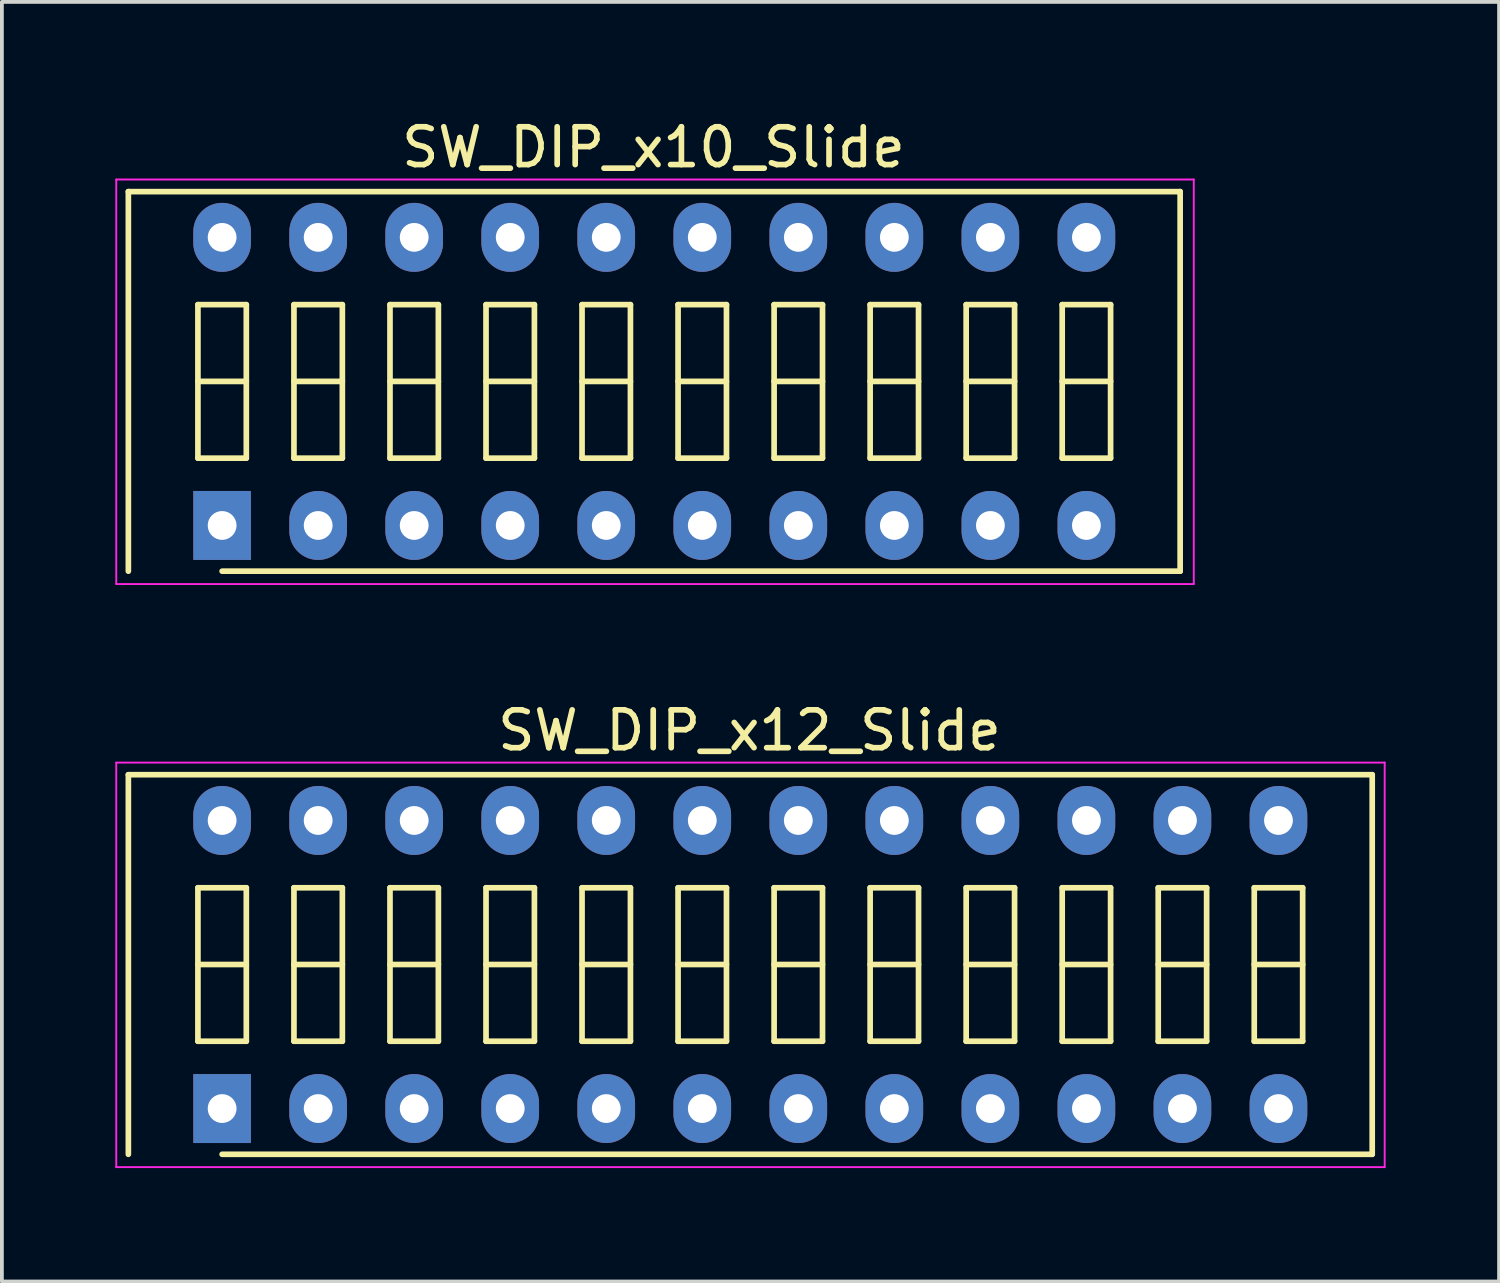
<source format=kicad_pcb>
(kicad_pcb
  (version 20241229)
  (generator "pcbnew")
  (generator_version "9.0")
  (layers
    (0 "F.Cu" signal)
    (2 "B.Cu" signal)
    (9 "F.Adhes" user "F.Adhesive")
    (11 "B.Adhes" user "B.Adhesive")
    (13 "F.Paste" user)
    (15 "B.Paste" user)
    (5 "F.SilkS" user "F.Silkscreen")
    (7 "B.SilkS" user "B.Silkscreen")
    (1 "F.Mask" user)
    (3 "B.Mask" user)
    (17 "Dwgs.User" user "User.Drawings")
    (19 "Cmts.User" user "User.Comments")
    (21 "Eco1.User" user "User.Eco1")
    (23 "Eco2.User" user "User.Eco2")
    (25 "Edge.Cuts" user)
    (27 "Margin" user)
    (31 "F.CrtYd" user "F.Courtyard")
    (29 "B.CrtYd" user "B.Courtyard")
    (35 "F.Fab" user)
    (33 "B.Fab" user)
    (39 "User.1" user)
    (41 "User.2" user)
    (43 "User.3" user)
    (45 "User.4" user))
  (footprint "SW_DIP_x12_Slide"
    (layer "F.Cu")
    (at 2.825 26.271)
    (property "Reference" "SW_DIP_x12_Slide" (at 13.95 -10 0) (layer "F.SilkS") (effects (font (size 1 1) (thickness 0.15))))
    (attr through_hole)
    (fp_line (start -2.48 -8.83) (end 30.42 -8.83) (stroke (width 0.15) (type solid)) (layer "F.SilkS"))
    (fp_line (start -2.48 1.21) (end -2.48 -8.83) (stroke (width 0.15) (type solid)) (layer "F.SilkS"))
    (fp_line (start -0.64 -5.84) (end -0.64 -1.78) (stroke (width 0.15) (type solid)) (layer "F.SilkS"))
    (fp_line (start -0.64 -3.81) (end 0.64 -3.81) (stroke (width 0.15) (type solid)) (layer "F.SilkS"))
    (fp_line (start -0.64 -1.78) (end 0.64 -1.78) (stroke (width 0.15) (type solid)) (layer "F.SilkS"))
    (fp_line (start 0.64 -5.84) (end -0.64 -5.84) (stroke (width 0.15) (type solid)) (layer "F.SilkS"))
    (fp_line (start 0.64 -1.78) (end 0.64 -5.84) (stroke (width 0.15) (type solid)) (layer "F.SilkS"))
    (fp_line (start 1.9 -5.84) (end 1.9 -1.78) (stroke (width 0.15) (type solid)) (layer "F.SilkS"))
    (fp_line (start 1.9 -3.81) (end 3.18 -3.81) (stroke (width 0.15) (type solid)) (layer "F.SilkS"))
    (fp_line (start 1.9 -1.78) (end 3.18 -1.78) (stroke (width 0.15) (type solid)) (layer "F.SilkS"))
    (fp_line (start 3.18 -5.84) (end 1.9 -5.84) (stroke (width 0.15) (type solid)) (layer "F.SilkS"))
    (fp_line (start 3.18 -1.78) (end 3.18 -5.84) (stroke (width 0.15) (type solid)) (layer "F.SilkS"))
    (fp_line (start 4.44 -5.84) (end 4.44 -1.78) (stroke (width 0.15) (type solid)) (layer "F.SilkS"))
    (fp_line (start 4.44 -3.81) (end 5.72 -3.81) (stroke (width 0.15) (type solid)) (layer "F.SilkS"))
    (fp_line (start 4.44 -1.78) (end 5.72 -1.78) (stroke (width 0.15) (type solid)) (layer "F.SilkS"))
    (fp_line (start 5.72 -5.84) (end 4.44 -5.84) (stroke (width 0.15) (type solid)) (layer "F.SilkS"))
    (fp_line (start 5.72 -1.78) (end 5.72 -5.84) (stroke (width 0.15) (type solid)) (layer "F.SilkS"))
    (fp_line (start 6.98 -5.84) (end 6.98 -1.78) (stroke (width 0.15) (type solid)) (layer "F.SilkS"))
    (fp_line (start 6.98 -3.81) (end 8.26 -3.81) (stroke (width 0.15) (type solid)) (layer "F.SilkS"))
    (fp_line (start 6.98 -1.78) (end 8.26 -1.78) (stroke (width 0.15) (type solid)) (layer "F.SilkS"))
    (fp_line (start 8.26 -5.84) (end 6.98 -5.84) (stroke (width 0.15) (type solid)) (layer "F.SilkS"))
    (fp_line (start 8.26 -1.78) (end 8.26 -5.84) (stroke (width 0.15) (type solid)) (layer "F.SilkS"))
    (fp_line (start 9.52 -5.84) (end 9.52 -1.78) (stroke (width 0.15) (type solid)) (layer "F.SilkS"))
    (fp_line (start 9.52 -3.81) (end 10.8 -3.81) (stroke (width 0.15) (type solid)) (layer "F.SilkS"))
    (fp_line (start 9.52 -1.78) (end 10.8 -1.78) (stroke (width 0.15) (type solid)) (layer "F.SilkS"))
    (fp_line (start 10.8 -5.84) (end 9.52 -5.84) (stroke (width 0.15) (type solid)) (layer "F.SilkS"))
    (fp_line (start 10.8 -1.78) (end 10.8 -5.84) (stroke (width 0.15) (type solid)) (layer "F.SilkS"))
    (fp_line (start 12.06 -5.84) (end 12.06 -1.78) (stroke (width 0.15) (type solid)) (layer "F.SilkS"))
    (fp_line (start 12.06 -3.81) (end 13.34 -3.81) (stroke (width 0.15) (type solid)) (layer "F.SilkS"))
    (fp_line (start 12.06 -1.78) (end 13.34 -1.78) (stroke (width 0.15) (type solid)) (layer "F.SilkS"))
    (fp_line (start 13.34 -5.84) (end 12.06 -5.84) (stroke (width 0.15) (type solid)) (layer "F.SilkS"))
    (fp_line (start 13.34 -1.78) (end 13.34 -5.84) (stroke (width 0.15) (type solid)) (layer "F.SilkS"))
    (fp_line (start 14.6 -5.84) (end 14.6 -1.78) (stroke (width 0.15) (type solid)) (layer "F.SilkS"))
    (fp_line (start 14.6 -3.81) (end 15.88 -3.81) (stroke (width 0.15) (type solid)) (layer "F.SilkS"))
    (fp_line (start 14.6 -1.78) (end 15.88 -1.78) (stroke (width 0.15) (type solid)) (layer "F.SilkS"))
    (fp_line (start 15.88 -5.84) (end 14.6 -5.84) (stroke (width 0.15) (type solid)) (layer "F.SilkS"))
    (fp_line (start 15.88 -1.78) (end 15.88 -5.84) (stroke (width 0.15) (type solid)) (layer "F.SilkS"))
    (fp_line (start 17.14 -5.84) (end 17.14 -1.78) (stroke (width 0.15) (type solid)) (layer "F.SilkS"))
    (fp_line (start 17.14 -3.81) (end 18.42 -3.81) (stroke (width 0.15) (type solid)) (layer "F.SilkS"))
    (fp_line (start 17.14 -1.78) (end 18.42 -1.78) (stroke (width 0.15) (type solid)) (layer "F.SilkS"))
    (fp_line (start 18.42 -5.84) (end 17.14 -5.84) (stroke (width 0.15) (type solid)) (layer "F.SilkS"))
    (fp_line (start 18.42 -1.78) (end 18.42 -5.84) (stroke (width 0.15) (type solid)) (layer "F.SilkS"))
    (fp_line (start 19.68 -5.84) (end 19.68 -1.78) (stroke (width 0.15) (type solid)) (layer "F.SilkS"))
    (fp_line (start 19.68 -3.81) (end 20.96 -3.81) (stroke (width 0.15) (type solid)) (layer "F.SilkS"))
    (fp_line (start 19.68 -1.78) (end 20.96 -1.78) (stroke (width 0.15) (type solid)) (layer "F.SilkS"))
    (fp_line (start 20.96 -5.84) (end 19.68 -5.84) (stroke (width 0.15) (type solid)) (layer "F.SilkS"))
    (fp_line (start 20.96 -1.78) (end 20.96 -5.84) (stroke (width 0.15) (type solid)) (layer "F.SilkS"))
    (fp_line (start 22.22 -5.84) (end 22.22 -1.78) (stroke (width 0.15) (type solid)) (layer "F.SilkS"))
    (fp_line (start 22.22 -3.81) (end 23.5 -3.81) (stroke (width 0.15) (type solid)) (layer "F.SilkS"))
    (fp_line (start 22.22 -1.78) (end 23.5 -1.78) (stroke (width 0.15) (type solid)) (layer "F.SilkS"))
    (fp_line (start 23.5 -5.84) (end 22.22 -5.84) (stroke (width 0.15) (type solid)) (layer "F.SilkS"))
    (fp_line (start 23.5 -1.78) (end 23.5 -5.84) (stroke (width 0.15) (type solid)) (layer "F.SilkS"))
    (fp_line (start 24.76 -5.84) (end 24.76 -1.78) (stroke (width 0.15) (type solid)) (layer "F.SilkS"))
    (fp_line (start 24.76 -3.81) (end 26.04 -3.81) (stroke (width 0.15) (type solid)) (layer "F.SilkS"))
    (fp_line (start 24.76 -1.78) (end 26.04 -1.78) (stroke (width 0.15) (type solid)) (layer "F.SilkS"))
    (fp_line (start 26.04 -5.84) (end 24.76 -5.84) (stroke (width 0.15) (type solid)) (layer "F.SilkS"))
    (fp_line (start 26.04 -1.78) (end 26.04 -5.84) (stroke (width 0.15) (type solid)) (layer "F.SilkS"))
    (fp_line (start 27.3 -5.84) (end 27.3 -1.78) (stroke (width 0.15) (type solid)) (layer "F.SilkS"))
    (fp_line (start 27.3 -3.81) (end 28.58 -3.81) (stroke (width 0.15) (type solid)) (layer "F.SilkS"))
    (fp_line (start 27.3 -1.78) (end 28.58 -1.78) (stroke (width 0.15) (type solid)) (layer "F.SilkS"))
    (fp_line (start 28.58 -5.84) (end 27.3 -5.84) (stroke (width 0.15) (type solid)) (layer "F.SilkS"))
    (fp_line (start 28.58 -1.78) (end 28.58 -5.84) (stroke (width 0.15) (type solid)) (layer "F.SilkS"))
    (fp_line (start 30.42 -8.83) (end 30.42 1.21) (stroke (width 0.15) (type solid)) (layer "F.SilkS"))
    (fp_line (start 30.42 1.21) (end 0 1.21) (stroke (width 0.15) (type solid)) (layer "F.SilkS"))
    (fp_line (start -2.8 -9.15) (end -2.8 1.55) (stroke (width 0.05) (type solid)) (layer "F.CrtYd"))
    (fp_line (start -2.8 1.55) (end 30.75 1.55) (stroke (width 0.05) (type solid)) (layer "F.CrtYd"))
    (fp_line (start 30.75 -9.15) (end -2.8 -9.15) (stroke (width 0.05) (type solid)) (layer "F.CrtYd"))
    (fp_line (start 30.75 1.55) (end 30.75 -9.15) (stroke (width 0.05) (type solid)) (layer "F.CrtYd"))
    (pad "1" thru_hole rect (at 0 0) (size 1.524 1.824) (drill 0.762) (layers "*.Cu" "*.Mask"))
    (pad "2" thru_hole oval (at 2.54 0) (size 1.524 1.824) (drill 0.762) (layers "*.Cu" "*.Mask"))
    (pad "3" thru_hole oval (at 5.08 0) (size 1.524 1.824) (drill 0.762) (layers "*.Cu" "*.Mask"))
    (pad "4" thru_hole oval (at 7.62 0) (size 1.524 1.824) (drill 0.762) (layers "*.Cu" "*.Mask"))
    (pad "5" thru_hole oval (at 10.16 0) (size 1.524 1.824) (drill 0.762) (layers "*.Cu" "*.Mask"))
    (pad "6" thru_hole oval (at 12.7 0) (size 1.524 1.824) (drill 0.762) (layers "*.Cu" "*.Mask"))
    (pad "7" thru_hole oval (at 15.24 0) (size 1.524 1.824) (drill 0.762) (layers "*.Cu" "*.Mask"))
    (pad "8" thru_hole oval (at 17.78 0) (size 1.524 1.824) (drill 0.762) (layers "*.Cu" "*.Mask"))
    (pad "9" thru_hole oval (at 20.32 0) (size 1.524 1.824) (drill 0.762) (layers "*.Cu" "*.Mask"))
    (pad "10" thru_hole oval (at 22.86 0) (size 1.524 1.824) (drill 0.762) (layers "*.Cu" "*.Mask"))
    (pad "11" thru_hole oval (at 25.4 0) (size 1.524 1.824) (drill 0.762) (layers "*.Cu" "*.Mask"))
    (pad "12" thru_hole oval (at 27.94 0) (size 1.524 1.824) (drill 0.762) (layers "*.Cu" "*.Mask"))
    (pad "13" thru_hole oval (at 27.94 -7.62) (size 1.524 1.824) (drill 0.762) (layers "*.Cu" "*.Mask"))
    (pad "14" thru_hole oval (at 25.4 -7.62) (size 1.524 1.824) (drill 0.762) (layers "*.Cu" "*.Mask"))
    (pad "15" thru_hole oval (at 22.86 -7.62) (size 1.524 1.824) (drill 0.762) (layers "*.Cu" "*.Mask"))
    (pad "16" thru_hole oval (at 20.32 -7.62) (size 1.524 1.824) (drill 0.762) (layers "*.Cu" "*.Mask"))
    (pad "17" thru_hole oval (at 17.78 -7.62) (size 1.524 1.824) (drill 0.762) (layers "*.Cu" "*.Mask"))
    (pad "18" thru_hole oval (at 15.24 -7.62) (size 1.524 1.824) (drill 0.762) (layers "*.Cu" "*.Mask"))
    (pad "19" thru_hole oval (at 12.7 -7.62) (size 1.524 1.824) (drill 0.762) (layers "*.Cu" "*.Mask"))
    (pad "20" thru_hole oval (at 10.16 -7.62) (size 1.524 1.824) (drill 0.762) (layers "*.Cu" "*.Mask"))
    (pad "21" thru_hole oval (at 7.62 -7.62) (size 1.524 1.824) (drill 0.762) (layers "*.Cu" "*.Mask"))
    (pad "22" thru_hole oval (at 5.08 -7.62) (size 1.524 1.824) (drill 0.762) (layers "*.Cu" "*.Mask"))
    (pad "23" thru_hole oval (at 2.54 -7.62) (size 1.524 1.824) (drill 0.762) (layers "*.Cu" "*.Mask"))
    (pad "24" thru_hole oval (at 0 -7.62) (size 1.524 1.824) (drill 0.762) (layers "*.Cu" "*.Mask")))
  (footprint "SW_DIP_x10_Slide"
    (layer "F.Cu")
    (at 2.825 10.848)
    (property "Reference" "SW_DIP_x10_Slide" (at 11.41 -10 0) (layer "F.SilkS") (effects (font (size 1 1) (thickness 0.15))))
    (attr through_hole)
    (fp_line (start -2.48 -8.83) (end 25.34 -8.83) (stroke (width 0.15) (type solid)) (layer "F.SilkS"))
    (fp_line (start -2.48 1.21) (end -2.48 -8.83) (stroke (width 0.15) (type solid)) (layer "F.SilkS"))
    (fp_line (start -0.64 -5.84) (end -0.64 -1.78) (stroke (width 0.15) (type solid)) (layer "F.SilkS"))
    (fp_line (start -0.64 -3.81) (end 0.64 -3.81) (stroke (width 0.15) (type solid)) (layer "F.SilkS"))
    (fp_line (start -0.64 -1.78) (end 0.64 -1.78) (stroke (width 0.15) (type solid)) (layer "F.SilkS"))
    (fp_line (start 0.64 -5.84) (end -0.64 -5.84) (stroke (width 0.15) (type solid)) (layer "F.SilkS"))
    (fp_line (start 0.64 -1.78) (end 0.64 -5.84) (stroke (width 0.15) (type solid)) (layer "F.SilkS"))
    (fp_line (start 1.9 -5.84) (end 1.9 -1.78) (stroke (width 0.15) (type solid)) (layer "F.SilkS"))
    (fp_line (start 1.9 -3.81) (end 3.18 -3.81) (stroke (width 0.15) (type solid)) (layer "F.SilkS"))
    (fp_line (start 1.9 -1.78) (end 3.18 -1.78) (stroke (width 0.15) (type solid)) (layer "F.SilkS"))
    (fp_line (start 3.18 -5.84) (end 1.9 -5.84) (stroke (width 0.15) (type solid)) (layer "F.SilkS"))
    (fp_line (start 3.18 -1.78) (end 3.18 -5.84) (stroke (width 0.15) (type solid)) (layer "F.SilkS"))
    (fp_line (start 4.44 -5.84) (end 4.44 -1.78) (stroke (width 0.15) (type solid)) (layer "F.SilkS"))
    (fp_line (start 4.44 -3.81) (end 5.72 -3.81) (stroke (width 0.15) (type solid)) (layer "F.SilkS"))
    (fp_line (start 4.44 -1.78) (end 5.72 -1.78) (stroke (width 0.15) (type solid)) (layer "F.SilkS"))
    (fp_line (start 5.72 -5.84) (end 4.44 -5.84) (stroke (width 0.15) (type solid)) (layer "F.SilkS"))
    (fp_line (start 5.72 -1.78) (end 5.72 -5.84) (stroke (width 0.15) (type solid)) (layer "F.SilkS"))
    (fp_line (start 6.98 -5.84) (end 6.98 -1.78) (stroke (width 0.15) (type solid)) (layer "F.SilkS"))
    (fp_line (start 6.98 -3.81) (end 8.26 -3.81) (stroke (width 0.15) (type solid)) (layer "F.SilkS"))
    (fp_line (start 6.98 -1.78) (end 8.26 -1.78) (stroke (width 0.15) (type solid)) (layer "F.SilkS"))
    (fp_line (start 8.26 -5.84) (end 6.98 -5.84) (stroke (width 0.15) (type solid)) (layer "F.SilkS"))
    (fp_line (start 8.26 -1.78) (end 8.26 -5.84) (stroke (width 0.15) (type solid)) (layer "F.SilkS"))
    (fp_line (start 9.52 -5.84) (end 9.52 -1.78) (stroke (width 0.15) (type solid)) (layer "F.SilkS"))
    (fp_line (start 9.52 -3.81) (end 10.8 -3.81) (stroke (width 0.15) (type solid)) (layer "F.SilkS"))
    (fp_line (start 9.52 -1.78) (end 10.8 -1.78) (stroke (width 0.15) (type solid)) (layer "F.SilkS"))
    (fp_line (start 10.8 -5.84) (end 9.52 -5.84) (stroke (width 0.15) (type solid)) (layer "F.SilkS"))
    (fp_line (start 10.8 -1.78) (end 10.8 -5.84) (stroke (width 0.15) (type solid)) (layer "F.SilkS"))
    (fp_line (start 12.06 -5.84) (end 12.06 -1.78) (stroke (width 0.15) (type solid)) (layer "F.SilkS"))
    (fp_line (start 12.06 -3.81) (end 13.34 -3.81) (stroke (width 0.15) (type solid)) (layer "F.SilkS"))
    (fp_line (start 12.06 -1.78) (end 13.34 -1.78) (stroke (width 0.15) (type solid)) (layer "F.SilkS"))
    (fp_line (start 13.34 -5.84) (end 12.06 -5.84) (stroke (width 0.15) (type solid)) (layer "F.SilkS"))
    (fp_line (start 13.34 -1.78) (end 13.34 -5.84) (stroke (width 0.15) (type solid)) (layer "F.SilkS"))
    (fp_line (start 14.6 -5.84) (end 14.6 -1.78) (stroke (width 0.15) (type solid)) (layer "F.SilkS"))
    (fp_line (start 14.6 -3.81) (end 15.88 -3.81) (stroke (width 0.15) (type solid)) (layer "F.SilkS"))
    (fp_line (start 14.6 -1.78) (end 15.88 -1.78) (stroke (width 0.15) (type solid)) (layer "F.SilkS"))
    (fp_line (start 15.88 -5.84) (end 14.6 -5.84) (stroke (width 0.15) (type solid)) (layer "F.SilkS"))
    (fp_line (start 15.88 -1.78) (end 15.88 -5.84) (stroke (width 0.15) (type solid)) (layer "F.SilkS"))
    (fp_line (start 17.14 -5.84) (end 17.14 -1.78) (stroke (width 0.15) (type solid)) (layer "F.SilkS"))
    (fp_line (start 17.14 -3.81) (end 18.42 -3.81) (stroke (width 0.15) (type solid)) (layer "F.SilkS"))
    (fp_line (start 17.14 -1.78) (end 18.42 -1.78) (stroke (width 0.15) (type solid)) (layer "F.SilkS"))
    (fp_line (start 18.42 -5.84) (end 17.14 -5.84) (stroke (width 0.15) (type solid)) (layer "F.SilkS"))
    (fp_line (start 18.42 -1.78) (end 18.42 -5.84) (stroke (width 0.15) (type solid)) (layer "F.SilkS"))
    (fp_line (start 19.68 -5.84) (end 19.68 -1.78) (stroke (width 0.15) (type solid)) (layer "F.SilkS"))
    (fp_line (start 19.68 -3.81) (end 20.96 -3.81) (stroke (width 0.15) (type solid)) (layer "F.SilkS"))
    (fp_line (start 19.68 -1.78) (end 20.96 -1.78) (stroke (width 0.15) (type solid)) (layer "F.SilkS"))
    (fp_line (start 20.96 -5.84) (end 19.68 -5.84) (stroke (width 0.15) (type solid)) (layer "F.SilkS"))
    (fp_line (start 20.96 -1.78) (end 20.96 -5.84) (stroke (width 0.15) (type solid)) (layer "F.SilkS"))
    (fp_line (start 22.22 -5.84) (end 22.22 -1.78) (stroke (width 0.15) (type solid)) (layer "F.SilkS"))
    (fp_line (start 22.22 -3.81) (end 23.5 -3.81) (stroke (width 0.15) (type solid)) (layer "F.SilkS"))
    (fp_line (start 22.22 -1.78) (end 23.5 -1.78) (stroke (width 0.15) (type solid)) (layer "F.SilkS"))
    (fp_line (start 23.5 -5.84) (end 22.22 -5.84) (stroke (width 0.15) (type solid)) (layer "F.SilkS"))
    (fp_line (start 23.5 -1.78) (end 23.5 -5.84) (stroke (width 0.15) (type solid)) (layer "F.SilkS"))
    (fp_line (start 25.34 -8.83) (end 25.34 1.21) (stroke (width 0.15) (type solid)) (layer "F.SilkS"))
    (fp_line (start 25.34 1.21) (end 0 1.21) (stroke (width 0.15) (type solid)) (layer "F.SilkS"))
    (fp_line (start -2.8 -9.15) (end -2.8 1.55) (stroke (width 0.05) (type solid)) (layer "F.CrtYd"))
    (fp_line (start -2.8 1.55) (end 25.7 1.55) (stroke (width 0.05) (type solid)) (layer "F.CrtYd"))
    (fp_line (start 25.7 -9.15) (end -2.8 -9.15) (stroke (width 0.05) (type solid)) (layer "F.CrtYd"))
    (fp_line (start 25.7 1.55) (end 25.7 -9.15) (stroke (width 0.05) (type solid)) (layer "F.CrtYd"))
    (pad "1" thru_hole rect (at 0 0) (size 1.524 1.824) (drill 0.762) (layers "*.Cu" "*.Mask"))
    (pad "2" thru_hole oval (at 2.54 0) (size 1.524 1.824) (drill 0.762) (layers "*.Cu" "*.Mask"))
    (pad "3" thru_hole oval (at 5.08 0) (size 1.524 1.824) (drill 0.762) (layers "*.Cu" "*.Mask"))
    (pad "4" thru_hole oval (at 7.62 0) (size 1.524 1.824) (drill 0.762) (layers "*.Cu" "*.Mask"))
    (pad "5" thru_hole oval (at 10.16 0) (size 1.524 1.824) (drill 0.762) (layers "*.Cu" "*.Mask"))
    (pad "6" thru_hole oval (at 12.7 0) (size 1.524 1.824) (drill 0.762) (layers "*.Cu" "*.Mask"))
    (pad "7" thru_hole oval (at 15.24 0) (size 1.524 1.824) (drill 0.762) (layers "*.Cu" "*.Mask"))
    (pad "8" thru_hole oval (at 17.78 0) (size 1.524 1.824) (drill 0.762) (layers "*.Cu" "*.Mask"))
    (pad "9" thru_hole oval (at 20.32 0) (size 1.524 1.824) (drill 0.762) (layers "*.Cu" "*.Mask"))
    (pad "10" thru_hole oval (at 22.86 0) (size 1.524 1.824) (drill 0.762) (layers "*.Cu" "*.Mask"))
    (pad "11" thru_hole oval (at 22.86 -7.62) (size 1.524 1.824) (drill 0.762) (layers "*.Cu" "*.Mask"))
    (pad "12" thru_hole oval (at 20.32 -7.62) (size 1.524 1.824) (drill 0.762) (layers "*.Cu" "*.Mask"))
    (pad "13" thru_hole oval (at 17.78 -7.62) (size 1.524 1.824) (drill 0.762) (layers "*.Cu" "*.Mask"))
    (pad "14" thru_hole oval (at 15.24 -7.62) (size 1.524 1.824) (drill 0.762) (layers "*.Cu" "*.Mask"))
    (pad "15" thru_hole oval (at 12.7 -7.62) (size 1.524 1.824) (drill 0.762) (layers "*.Cu" "*.Mask"))
    (pad "16" thru_hole oval (at 10.16 -7.62) (size 1.524 1.824) (drill 0.762) (layers "*.Cu" "*.Mask"))
    (pad "17" thru_hole oval (at 7.62 -7.62) (size 1.524 1.824) (drill 0.762) (layers "*.Cu" "*.Mask"))
    (pad "18" thru_hole oval (at 5.08 -7.62) (size 1.524 1.824) (drill 0.762) (layers "*.Cu" "*.Mask"))
    (pad "19" thru_hole oval (at 2.54 -7.62) (size 1.524 1.824) (drill 0.762) (layers "*.Cu" "*.Mask"))
    (pad "20" thru_hole oval (at 0 -7.62) (size 1.524 1.824) (drill 0.762) (layers "*.Cu" "*.Mask")))
  (gr_rect
    (start -3 -3)
    (end 36.6 30.846)
    (stroke (width 0.1) (type default))
    (fill no)
    (layer "Edge.Cuts")))
</source>
